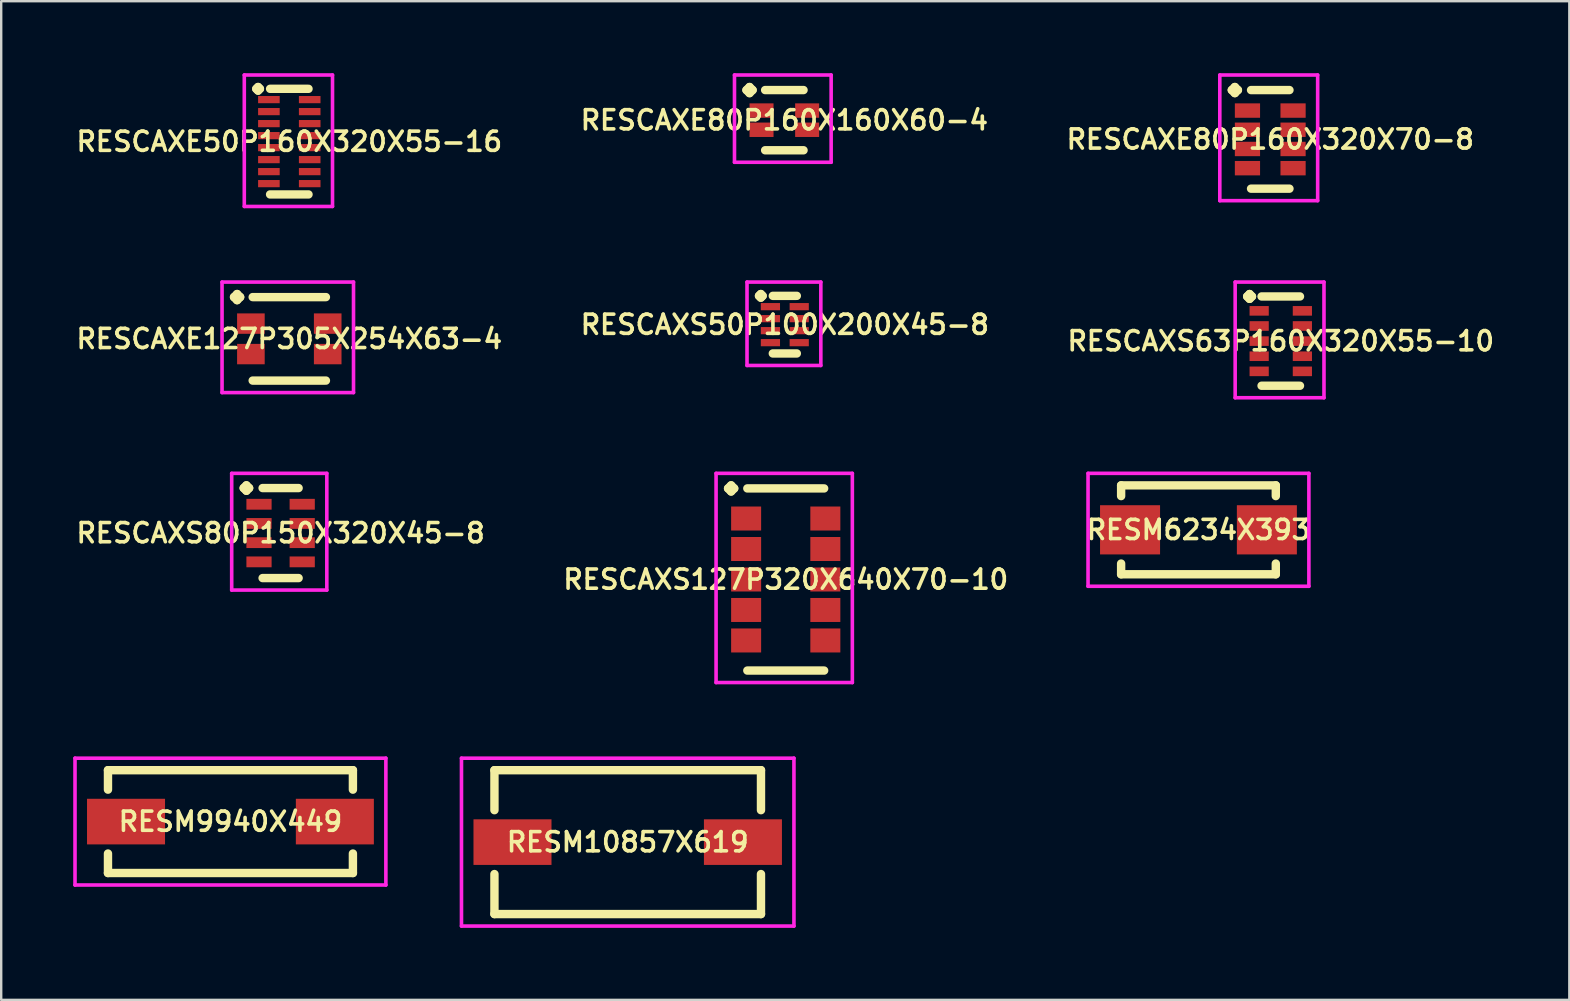
<source format=kicad_pcb>
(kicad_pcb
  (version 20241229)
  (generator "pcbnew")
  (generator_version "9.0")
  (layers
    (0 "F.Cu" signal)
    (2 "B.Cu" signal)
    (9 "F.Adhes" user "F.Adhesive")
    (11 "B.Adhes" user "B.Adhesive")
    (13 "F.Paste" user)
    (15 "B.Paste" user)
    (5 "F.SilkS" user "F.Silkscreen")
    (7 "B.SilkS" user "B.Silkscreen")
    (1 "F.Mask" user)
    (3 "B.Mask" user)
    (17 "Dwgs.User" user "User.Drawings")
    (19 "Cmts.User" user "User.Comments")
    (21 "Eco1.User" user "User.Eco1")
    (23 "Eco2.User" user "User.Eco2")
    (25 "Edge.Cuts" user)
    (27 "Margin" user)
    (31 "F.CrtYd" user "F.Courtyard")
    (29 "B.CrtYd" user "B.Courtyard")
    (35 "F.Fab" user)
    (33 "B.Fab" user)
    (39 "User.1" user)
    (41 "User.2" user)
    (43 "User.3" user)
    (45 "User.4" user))
  (footprint "RESCAXE50P160X320X55-16"
    (layer "F.Cu")
    (at 9.002 2.85)
    (property "Reference" "RESCAXE50P160X320X55-16" (at 0 0 0) (layer "F.SilkS") (effects (font (size 0.8 0.8) (thickness 0.15))))
    (attr smd)
    (fp_line (start -1.375 -2.2) (end -1.3 -2.275) (stroke (width 0.35) (type solid)) (layer "F.SilkS"))
    (fp_line (start -1.3 -2.275) (end -1.225 -2.2) (stroke (width 0.35) (type solid)) (layer "F.SilkS"))
    (fp_line (start -1.3 -2.125) (end -1.375 -2.2) (stroke (width 0.35) (type solid)) (layer "F.SilkS"))
    (fp_line (start -1.225 -2.2) (end -1.3 -2.125) (stroke (width 0.35) (type solid)) (layer "F.SilkS"))
    (fp_line (start -0.8 -2.2) (end 0.8 -2.2) (stroke (width 0.35) (type solid)) (layer "F.SilkS"))
    (fp_line (start -0.8 2.2) (end 0.8 2.2) (stroke (width 0.35) (type solid)) (layer "F.SilkS"))
    (fp_line (start -1.875 -2.775) (end 1.8 -2.775) (stroke (width 0.15) (type solid)) (layer "F.CrtYd"))
    (fp_line (start -1.875 2.7) (end -1.875 -2.775) (stroke (width 0.15) (type solid)) (layer "F.CrtYd"))
    (fp_line (start 1.8 -2.775) (end 1.8 2.7) (stroke (width 0.15) (type solid)) (layer "F.CrtYd"))
    (fp_line (start 1.8 2.7) (end -1.875 2.7) (stroke (width 0.15) (type solid)) (layer "F.CrtYd"))
    (pad "1" smd rect (at -0.85 -1.75) (size 0.9 0.3) (layers "F.Cu" "F.Mask" "F.Paste"))
    (pad "2" smd rect (at -0.85 -1.25) (size 0.9 0.3) (layers "F.Cu" "F.Mask" "F.Paste"))
    (pad "3" smd rect (at -0.85 -0.75) (size 0.9 0.3) (layers "F.Cu" "F.Mask" "F.Paste"))
    (pad "4" smd rect (at -0.85 -0.25) (size 0.9 0.3) (layers "F.Cu" "F.Mask" "F.Paste"))
    (pad "5" smd rect (at -0.85 0.25) (size 0.9 0.3) (layers "F.Cu" "F.Mask" "F.Paste"))
    (pad "6" smd rect (at -0.85 0.75) (size 0.9 0.3) (layers "F.Cu" "F.Mask" "F.Paste"))
    (pad "7" smd rect (at -0.85 1.25) (size 0.9 0.3) (layers "F.Cu" "F.Mask" "F.Paste"))
    (pad "8" smd rect (at -0.85 1.75) (size 0.9 0.3) (layers "F.Cu" "F.Mask" "F.Paste"))
    (pad "9" smd rect (at 0.85 1.75) (size 0.9 0.3) (layers "F.Cu" "F.Mask" "F.Paste"))
    (pad "10" smd rect (at 0.85 1.25) (size 0.9 0.3) (layers "F.Cu" "F.Mask" "F.Paste"))
    (pad "11" smd rect (at 0.85 0.75) (size 0.9 0.3) (layers "F.Cu" "F.Mask" "F.Paste"))
    (pad "12" smd rect (at 0.85 0.25) (size 0.9 0.3) (layers "F.Cu" "F.Mask" "F.Paste"))
    (pad "13" smd rect (at 0.85 -0.25) (size 0.9 0.3) (layers "F.Cu" "F.Mask" "F.Paste"))
    (pad "14" smd rect (at 0.85 -0.75) (size 0.9 0.3) (layers "F.Cu" "F.Mask" "F.Paste"))
    (pad "15" smd rect (at 0.85 -1.25) (size 0.9 0.3) (layers "F.Cu" "F.Mask" "F.Paste"))
    (pad "16" smd rect (at 0.85 -1.75) (size 0.9 0.3) (layers "F.Cu" "F.Mask" "F.Paste")))
  (footprint "RESCAXS80P150X320X45-8"
    (layer "F.Cu")
    (at 8.64 19.157)
    (property "Reference" "RESCAXS80P150X320X45-8" (at 0 0 0) (layer "F.SilkS") (effects (font (size 0.8 0.8) (thickness 0.15))))
    (attr through_hole)
    (fp_line (start -1.538 -1.875) (end -1.425 -1.988) (stroke (width 0.35) (type solid)) (layer "F.SilkS"))
    (fp_line (start -1.425 -1.988) (end -1.312 -1.875) (stroke (width 0.35) (type solid)) (layer "F.SilkS"))
    (fp_line (start -1.425 -1.762) (end -1.538 -1.875) (stroke (width 0.35) (type solid)) (layer "F.SilkS"))
    (fp_line (start -1.312 -1.875) (end -1.425 -1.762) (stroke (width 0.35) (type solid)) (layer "F.SilkS"))
    (fp_line (start -0.75 -1.875) (end 0.75 -1.875) (stroke (width 0.35) (type solid)) (layer "F.SilkS"))
    (fp_line (start -0.75 1.875) (end 0.75 1.875) (stroke (width 0.35) (type solid)) (layer "F.SilkS"))
    (fp_line (start -2.038 -2.487) (end 1.925 -2.487) (stroke (width 0.15) (type solid)) (layer "F.CrtYd"))
    (fp_line (start -2.038 2.375) (end -2.038 -2.487) (stroke (width 0.15) (type solid)) (layer "F.CrtYd"))
    (fp_line (start 1.925 -2.487) (end 1.925 2.375) (stroke (width 0.15) (type solid)) (layer "F.CrtYd"))
    (fp_line (start 1.925 2.375) (end -2.038 2.375) (stroke (width 0.15) (type solid)) (layer "F.CrtYd"))
    (pad "1" smd rect (at -0.9 -1.2) (size 1.05 0.45) (layers "F.Cu" "F.Mask" "F.Paste"))
    (pad "2" smd rect (at -0.9 -0.4) (size 1.05 0.45) (layers "F.Cu" "F.Mask" "F.Paste"))
    (pad "3" smd rect (at -0.9 0.4) (size 1.05 0.45) (layers "F.Cu" "F.Mask" "F.Paste"))
    (pad "4" smd rect (at -0.9 1.2) (size 1.05 0.45) (layers "F.Cu" "F.Mask" "F.Paste"))
    (pad "5" smd rect (at 0.9 1.2) (size 1.05 0.45) (layers "F.Cu" "F.Mask" "F.Paste"))
    (pad "6" smd rect (at 0.9 0.4) (size 1.05 0.45) (layers "F.Cu" "F.Mask" "F.Paste"))
    (pad "7" smd rect (at 0.9 -0.4) (size 1.05 0.45) (layers "F.Cu" "F.Mask" "F.Paste"))
    (pad "8" smd rect (at 0.9 -1.2) (size 1.05 0.45) (layers "F.Cu" "F.Mask" "F.Paste")))
  (footprint "RESM6234X393"
    (layer "F.Cu")
    (at 46.877 19.022)
    (property "Reference" "RESM6234X393" (at 0 0 0) (layer "F.SilkS") (effects (font (size 0.8 0.8) (thickness 0.15))))
    (attr smd)
    (fp_line (start -3.222 -1.852) (end 3.222 -1.852) (stroke (width 0.35) (type solid)) (layer "F.SilkS"))
    (fp_line (start -3.222 -1.406) (end -3.222 -1.852) (stroke (width 0.35) (type solid)) (layer "F.SilkS"))
    (fp_line (start -3.222 1.406) (end -3.222 1.852) (stroke (width 0.35) (type solid)) (layer "F.SilkS"))
    (fp_line (start -3.222 1.852) (end 3.222 1.852) (stroke (width 0.35) (type solid)) (layer "F.SilkS"))
    (fp_line (start 3.222 -1.852) (end 3.222 -1.406) (stroke (width 0.35) (type solid)) (layer "F.SilkS"))
    (fp_line (start 3.222 1.852) (end 3.222 1.406) (stroke (width 0.35) (type solid)) (layer "F.SilkS"))
    (fp_line (start -4.6 -2.352) (end 4.6 -2.352) (stroke (width 0.15) (type solid)) (layer "F.CrtYd"))
    (fp_line (start -4.6 2.352) (end -4.6 -2.352) (stroke (width 0.15) (type solid)) (layer "F.CrtYd"))
    (fp_line (start 4.6 -2.352) (end 4.6 2.352) (stroke (width 0.15) (type solid)) (layer "F.CrtYd"))
    (fp_line (start 4.6 2.352) (end -4.6 2.352) (stroke (width 0.15) (type solid)) (layer "F.CrtYd"))
    (pad "1" smd rect (at -2.85 0) (size 2.5 2.05) (layers "F.Cu" "F.Mask" "F.Paste"))
    (pad "2" smd rect (at 2.85 0) (size 2.5 2.05) (layers "F.Cu" "F.Mask" "F.Paste")))
  (footprint "RESCAXS50P100X200X45-8"
    (layer "F.Cu")
    (at 29.645 10.475)
    (property "Reference" "RESCAXS50P100X200X45-8" (at 0 0 0) (layer "F.SilkS") (effects (font (size 0.8 0.8) (thickness 0.15))))
    (attr smd)
    (fp_line (start -1.075 -1.2) (end -1 -1.275) (stroke (width 0.35) (type solid)) (layer "F.SilkS"))
    (fp_line (start -1 -1.275) (end -0.925 -1.2) (stroke (width 0.35) (type solid)) (layer "F.SilkS"))
    (fp_line (start -1 -1.125) (end -1.075 -1.2) (stroke (width 0.35) (type solid)) (layer "F.SilkS"))
    (fp_line (start -0.925 -1.2) (end -1 -1.125) (stroke (width 0.35) (type solid)) (layer "F.SilkS"))
    (fp_line (start -0.5 -1.2) (end 0.5 -1.2) (stroke (width 0.35) (type solid)) (layer "F.SilkS"))
    (fp_line (start -0.5 1.2) (end 0.5 1.2) (stroke (width 0.35) (type solid)) (layer "F.SilkS"))
    (fp_line (start -1.575 -1.775) (end 1.5 -1.775) (stroke (width 0.15) (type solid)) (layer "F.CrtYd"))
    (fp_line (start -1.575 1.7) (end -1.575 -1.775) (stroke (width 0.15) (type solid)) (layer "F.CrtYd"))
    (fp_line (start 1.5 -1.775) (end 1.5 1.7) (stroke (width 0.15) (type solid)) (layer "F.CrtYd"))
    (fp_line (start 1.5 1.7) (end -1.575 1.7) (stroke (width 0.15) (type solid)) (layer "F.CrtYd"))
    (pad "1" smd rect (at -0.6 -0.75) (size 0.8 0.3) (layers "F.Cu" "F.Mask" "F.Paste"))
    (pad "2" smd rect (at -0.6 -0.25) (size 0.8 0.3) (layers "F.Cu" "F.Mask" "F.Paste"))
    (pad "3" smd rect (at -0.6 0.25) (size 0.8 0.3) (layers "F.Cu" "F.Mask" "F.Paste"))
    (pad "4" smd rect (at -0.6 0.75) (size 0.8 0.3) (layers "F.Cu" "F.Mask" "F.Paste"))
    (pad "5" smd rect (at 0.6 0.75) (size 0.8 0.3) (layers "F.Cu" "F.Mask" "F.Paste"))
    (pad "6" smd rect (at 0.6 0.25) (size 0.8 0.3) (layers "F.Cu" "F.Mask" "F.Paste"))
    (pad "7" smd rect (at 0.6 -0.25) (size 0.8 0.3) (layers "F.Cu" "F.Mask" "F.Paste"))
    (pad "8" smd rect (at 0.6 -0.75) (size 0.8 0.3) (layers "F.Cu" "F.Mask" "F.Paste")))
  (footprint "RESCAXE80P160X320X70-8"
    (layer "F.Cu")
    (at 49.868 2.756)
    (property "Reference" "RESCAXE80P160X320X70-8" (at 0 0 0) (layer "F.SilkS") (effects (font (size 0.8 0.8) (thickness 0.15))))
    (attr through_hole)
    (fp_line (start -1.602 -2.054) (end -1.475 -2.181) (stroke (width 0.35) (type solid)) (layer "F.SilkS"))
    (fp_line (start -1.475 -2.181) (end -1.348 -2.054) (stroke (width 0.35) (type solid)) (layer "F.SilkS"))
    (fp_line (start -1.475 -1.927) (end -1.602 -2.054) (stroke (width 0.35) (type solid)) (layer "F.SilkS"))
    (fp_line (start -1.348 -2.054) (end -1.475 -1.927) (stroke (width 0.35) (type solid)) (layer "F.SilkS"))
    (fp_line (start -0.8 -2.054) (end 0.8 -2.054) (stroke (width 0.35) (type solid)) (layer "F.SilkS"))
    (fp_line (start -0.8 2.054) (end 0.8 2.054) (stroke (width 0.35) (type solid)) (layer "F.SilkS"))
    (fp_line (start -2.102 -2.681) (end 1.975 -2.681) (stroke (width 0.15) (type solid)) (layer "F.CrtYd"))
    (fp_line (start -2.102 2.554) (end -2.102 -2.681) (stroke (width 0.15) (type solid)) (layer "F.CrtYd"))
    (fp_line (start 1.975 -2.681) (end 1.975 2.554) (stroke (width 0.15) (type solid)) (layer "F.CrtYd"))
    (fp_line (start 1.975 2.554) (end -2.102 2.554) (stroke (width 0.15) (type solid)) (layer "F.CrtYd"))
    (pad "1" smd rect (at -0.95 -1.2) (size 1.05 0.6) (layers "F.Cu" "F.Mask" "F.Paste"))
    (pad "2" smd rect (at -0.95 -0.4) (size 1.05 0.6) (layers "F.Cu" "F.Mask" "F.Paste"))
    (pad "3" smd rect (at -0.95 0.4) (size 1.05 0.6) (layers "F.Cu" "F.Mask" "F.Paste"))
    (pad "4" smd rect (at -0.95 1.2) (size 1.05 0.6) (layers "F.Cu" "F.Mask" "F.Paste"))
    (pad "5" smd rect (at 0.95 1.2) (size 1.05 0.6) (layers "F.Cu" "F.Mask" "F.Paste"))
    (pad "6" smd rect (at 0.95 0.4) (size 1.05 0.6) (layers "F.Cu" "F.Mask" "F.Paste"))
    (pad "7" smd rect (at 0.95 -0.4) (size 1.05 0.6) (layers "F.Cu" "F.Mask" "F.Paste"))
    (pad "8" smd rect (at 0.95 -1.2) (size 1.05 0.6) (layers "F.Cu" "F.Mask" "F.Paste")))
  (footprint "RESCAXE80P160X160X60-4"
    (layer "F.Cu")
    (at 29.625 1.956)
    (property "Reference" "RESCAXE80P160X160X60-4" (at 0 0 0) (layer "F.SilkS") (effects (font (size 0.8 0.8) (thickness 0.15))))
    (attr smd)
    (fp_line (start -1.577 -1.254) (end -1.45 -1.381) (stroke (width 0.35) (type solid)) (layer "F.SilkS"))
    (fp_line (start -1.45 -1.381) (end -1.323 -1.254) (stroke (width 0.35) (type solid)) (layer "F.SilkS"))
    (fp_line (start -1.45 -1.127) (end -1.577 -1.254) (stroke (width 0.35) (type solid)) (layer "F.SilkS"))
    (fp_line (start -1.323 -1.254) (end -1.45 -1.127) (stroke (width 0.35) (type solid)) (layer "F.SilkS"))
    (fp_line (start -0.8 -1.254) (end 0.8 -1.254) (stroke (width 0.35) (type solid)) (layer "F.SilkS"))
    (fp_line (start -0.8 1.254) (end 0.8 1.254) (stroke (width 0.35) (type solid)) (layer "F.SilkS"))
    (fp_line (start -2.077 -1.881) (end 1.95 -1.881) (stroke (width 0.15) (type solid)) (layer "F.CrtYd"))
    (fp_line (start -2.077 1.754) (end -2.077 -1.881) (stroke (width 0.15) (type solid)) (layer "F.CrtYd"))
    (fp_line (start 1.95 -1.881) (end 1.95 1.754) (stroke (width 0.15) (type solid)) (layer "F.CrtYd"))
    (fp_line (start 1.95 1.754) (end -2.077 1.754) (stroke (width 0.15) (type solid)) (layer "F.CrtYd"))
    (pad "1" smd rect (at -0.95 -0.4) (size 1 0.6) (layers "F.Cu" "F.Mask" "F.Paste"))
    (pad "2" smd rect (at -0.95 0.4) (size 1 0.6) (layers "F.Cu" "F.Mask" "F.Paste"))
    (pad "3" smd rect (at 0.95 0.4) (size 1 0.6) (layers "F.Cu" "F.Mask" "F.Paste"))
    (pad "4" smd rect (at 0.95 -0.4) (size 1 0.6) (layers "F.Cu" "F.Mask" "F.Paste")))
  (footprint "RESM10857X619"
    (layer "F.Cu")
    (at 23.1 32.032)
    (property "Reference" "RESM10857X619" (at 0 0 0) (layer "F.SilkS") (effects (font (size 0.8 0.8) (thickness 0.15))))
    (attr smd)
    (fp_line (start -5.552 -2.997) (end 5.552 -2.997) (stroke (width 0.35) (type solid)) (layer "F.SilkS"))
    (fp_line (start -5.552 -1.331) (end -5.552 -2.997) (stroke (width 0.35) (type solid)) (layer "F.SilkS"))
    (fp_line (start -5.552 1.331) (end -5.552 2.997) (stroke (width 0.35) (type solid)) (layer "F.SilkS"))
    (fp_line (start -5.552 2.997) (end 5.552 2.997) (stroke (width 0.35) (type solid)) (layer "F.SilkS"))
    (fp_line (start 5.552 -2.997) (end 5.552 -1.331) (stroke (width 0.35) (type solid)) (layer "F.SilkS"))
    (fp_line (start 5.552 2.997) (end 5.552 1.331) (stroke (width 0.35) (type solid)) (layer "F.SilkS"))
    (fp_line (start -6.925 -3.497) (end 6.925 -3.497) (stroke (width 0.15) (type solid)) (layer "F.CrtYd"))
    (fp_line (start -6.925 3.497) (end -6.925 -3.497) (stroke (width 0.15) (type solid)) (layer "F.CrtYd"))
    (fp_line (start 6.925 -3.497) (end 6.925 3.497) (stroke (width 0.15) (type solid)) (layer "F.CrtYd"))
    (fp_line (start 6.925 3.497) (end -6.925 3.497) (stroke (width 0.15) (type solid)) (layer "F.CrtYd"))
    (pad "1" smd rect (at -4.8 0) (size 3.25 1.9) (layers "F.Cu" "F.Mask" "F.Paste"))
    (pad "2" smd rect (at 4.8 0) (size 3.25 1.9) (layers "F.Cu" "F.Mask" "F.Paste")))
  (footprint "RESCAXS63P160X320X55-10"
    (layer "F.Cu")
    (at 50.306 11.16)
    (property "Reference" "RESCAXS63P160X320X55-10" (at 0 0 0) (layer "F.SilkS") (effects (font (size 0.8 0.8) (thickness 0.15))))
    (attr through_hole)
    (fp_line (start -1.4 -1.86) (end -1.3 -1.96) (stroke (width 0.35) (type solid)) (layer "F.SilkS"))
    (fp_line (start -1.3 -1.96) (end -1.2 -1.86) (stroke (width 0.35) (type solid)) (layer "F.SilkS"))
    (fp_line (start -1.3 -1.76) (end -1.4 -1.86) (stroke (width 0.35) (type solid)) (layer "F.SilkS"))
    (fp_line (start -1.2 -1.86) (end -1.3 -1.76) (stroke (width 0.35) (type solid)) (layer "F.SilkS"))
    (fp_line (start -0.8 -1.86) (end 0.8 -1.86) (stroke (width 0.35) (type solid)) (layer "F.SilkS"))
    (fp_line (start -0.8 1.86) (end 0.8 1.86) (stroke (width 0.35) (type solid)) (layer "F.SilkS"))
    (fp_line (start -1.9 -2.46) (end 1.8 -2.46) (stroke (width 0.15) (type solid)) (layer "F.CrtYd"))
    (fp_line (start -1.9 2.36) (end -1.9 -2.46) (stroke (width 0.15) (type solid)) (layer "F.CrtYd"))
    (fp_line (start 1.8 -2.46) (end 1.8 2.36) (stroke (width 0.15) (type solid)) (layer "F.CrtYd"))
    (fp_line (start 1.8 2.36) (end -1.9 2.36) (stroke (width 0.15) (type solid)) (layer "F.CrtYd"))
    (pad "1" smd rect (at -0.9 -1.26) (size 0.8 0.4) (layers "F.Cu" "F.Mask" "F.Paste"))
    (pad "2" smd rect (at -0.9 -0.63) (size 0.8 0.4) (layers "F.Cu" "F.Mask" "F.Paste"))
    (pad "3" smd rect (at -0.9 0) (size 0.8 0.4) (layers "F.Cu" "F.Mask" "F.Paste"))
    (pad "4" smd rect (at -0.9 0.63) (size 0.8 0.4) (layers "F.Cu" "F.Mask" "F.Paste"))
    (pad "5" smd rect (at -0.9 1.26) (size 0.8 0.4) (layers "F.Cu" "F.Mask" "F.Paste"))
    (pad "6" smd rect (at 0.9 1.26) (size 0.8 0.4) (layers "F.Cu" "F.Mask" "F.Paste"))
    (pad "7" smd rect (at 0.9 0.63) (size 0.8 0.4) (layers "F.Cu" "F.Mask" "F.Paste"))
    (pad "8" smd rect (at 0.9 0) (size 0.8 0.4) (layers "F.Cu" "F.Mask" "F.Paste"))
    (pad "9" smd rect (at 0.9 -0.63) (size 0.8 0.4) (layers "F.Cu" "F.Mask" "F.Paste"))
    (pad "10" smd rect (at 0.9 -1.26) (size 0.8 0.4) (layers "F.Cu" "F.Mask" "F.Paste")))
  (footprint "RESCAXE127P305X254X63-4"
    (layer "F.Cu")
    (at 9.002 11.066)
    (property "Reference" "RESCAXE127P305X254X63-4" (at 0 0 0) (layer "F.SilkS") (effects (font (size 0.8 0.8) (thickness 0.15))))
    (attr smd)
    (fp_line (start -2.302 -1.739) (end -2.175 -1.866) (stroke (width 0.35) (type solid)) (layer "F.SilkS"))
    (fp_line (start -2.175 -1.866) (end -2.048 -1.739) (stroke (width 0.35) (type solid)) (layer "F.SilkS"))
    (fp_line (start -2.175 -1.612) (end -2.302 -1.739) (stroke (width 0.35) (type solid)) (layer "F.SilkS"))
    (fp_line (start -2.048 -1.739) (end -2.175 -1.612) (stroke (width 0.35) (type solid)) (layer "F.SilkS"))
    (fp_line (start -1.525 -1.739) (end 1.525 -1.739) (stroke (width 0.35) (type solid)) (layer "F.SilkS"))
    (fp_line (start -1.525 1.739) (end 1.525 1.739) (stroke (width 0.35) (type solid)) (layer "F.SilkS"))
    (fp_line (start -2.802 -2.366) (end 2.675 -2.366) (stroke (width 0.15) (type solid)) (layer "F.CrtYd"))
    (fp_line (start -2.802 2.239) (end -2.802 -2.366) (stroke (width 0.15) (type solid)) (layer "F.CrtYd"))
    (fp_line (start 2.675 -2.366) (end 2.675 2.239) (stroke (width 0.15) (type solid)) (layer "F.CrtYd"))
    (fp_line (start 2.675 2.239) (end -2.802 2.239) (stroke (width 0.15) (type solid)) (layer "F.CrtYd"))
    (pad "1" smd rect (at -1.6 -0.635) (size 1.15 0.85) (layers "F.Cu" "F.Mask" "F.Paste"))
    (pad "2" smd rect (at -1.6 0.635) (size 1.15 0.85) (layers "F.Cu" "F.Mask" "F.Paste"))
    (pad "3" smd rect (at 1.6 0.635) (size 1.15 0.85) (layers "F.Cu" "F.Mask" "F.Paste"))
    (pad "4" smd rect (at 1.6 -0.635) (size 1.15 0.85) (layers "F.Cu" "F.Mask" "F.Paste")))
  (footprint "RESCAXS127P320X640X70-10"
    (layer "F.Cu")
    (at 29.683 21.091)
    (property "Reference" "RESCAXS127P320X640X70-10" (at 0 0 0) (layer "F.SilkS") (effects (font (size 0.8 0.8) (thickness 0.15))))
    (attr smd)
    (fp_line (start -2.402 -3.794) (end -2.275 -3.921) (stroke (width 0.35) (type solid)) (layer "F.SilkS"))
    (fp_line (start -2.275 -3.921) (end -2.148 -3.794) (stroke (width 0.35) (type solid)) (layer "F.SilkS"))
    (fp_line (start -2.275 -3.667) (end -2.402 -3.794) (stroke (width 0.35) (type solid)) (layer "F.SilkS"))
    (fp_line (start -2.148 -3.794) (end -2.275 -3.667) (stroke (width 0.35) (type solid)) (layer "F.SilkS"))
    (fp_line (start -1.6 -3.794) (end 1.6 -3.794) (stroke (width 0.35) (type solid)) (layer "F.SilkS"))
    (fp_line (start -1.6 3.794) (end 1.6 3.794) (stroke (width 0.35) (type solid)) (layer "F.SilkS"))
    (fp_line (start -2.902 -4.421) (end 2.775 -4.421) (stroke (width 0.15) (type solid)) (layer "F.CrtYd"))
    (fp_line (start -2.902 4.294) (end -2.902 -4.421) (stroke (width 0.15) (type solid)) (layer "F.CrtYd"))
    (fp_line (start 2.775 -4.421) (end 2.775 4.294) (stroke (width 0.15) (type solid)) (layer "F.CrtYd"))
    (fp_line (start 2.775 4.294) (end -2.902 4.294) (stroke (width 0.15) (type solid)) (layer "F.CrtYd"))
    (pad "1" smd rect (at -1.65 -2.54) (size 1.25 1) (layers "F.Cu" "F.Mask" "F.Paste"))
    (pad "2" smd rect (at -1.65 -1.27) (size 1.25 1) (layers "F.Cu" "F.Mask" "F.Paste"))
    (pad "3" smd rect (at -1.65 0) (size 1.25 1) (layers "F.Cu" "F.Mask" "F.Paste"))
    (pad "4" smd rect (at -1.65 1.27) (size 1.25 1) (layers "F.Cu" "F.Mask" "F.Paste"))
    (pad "5" smd rect (at -1.65 2.54) (size 1.25 1) (layers "F.Cu" "F.Mask" "F.Paste"))
    (pad "6" smd rect (at 1.65 2.54) (size 1.25 1) (layers "F.Cu" "F.Mask" "F.Paste"))
    (pad "7" smd rect (at 1.65 1.27) (size 1.25 1) (layers "F.Cu" "F.Mask" "F.Paste"))
    (pad "8" smd rect (at 1.65 0) (size 1.25 1) (layers "F.Cu" "F.Mask" "F.Paste"))
    (pad "9" smd rect (at 1.65 -1.27) (size 1.25 1) (layers "F.Cu" "F.Mask" "F.Paste"))
    (pad "10" smd rect (at 1.65 -2.54) (size 1.25 1) (layers "F.Cu" "F.Mask" "F.Paste")))
  (footprint "RESM9940X449"
    (layer "F.Cu")
    (at 6.55 31.177)
    (property "Reference" "RESM9940X449" (at 0 0 0) (layer "F.SilkS") (effects (font (size 0.8 0.8) (thickness 0.15))))
    (attr smd)
    (fp_line (start -5.102 -2.142) (end 5.102 -2.142) (stroke (width 0.35) (type solid)) (layer "F.SilkS"))
    (fp_line (start -5.102 -1.331) (end -5.102 -2.142) (stroke (width 0.35) (type solid)) (layer "F.SilkS"))
    (fp_line (start -5.102 1.331) (end -5.102 2.142) (stroke (width 0.35) (type solid)) (layer "F.SilkS"))
    (fp_line (start -5.102 2.142) (end 5.102 2.142) (stroke (width 0.35) (type solid)) (layer "F.SilkS"))
    (fp_line (start 5.102 -2.142) (end 5.102 -1.331) (stroke (width 0.35) (type solid)) (layer "F.SilkS"))
    (fp_line (start 5.102 2.142) (end 5.102 1.331) (stroke (width 0.35) (type solid)) (layer "F.SilkS"))
    (fp_line (start -6.475 -2.642) (end 6.475 -2.642) (stroke (width 0.15) (type solid)) (layer "F.CrtYd"))
    (fp_line (start -6.475 2.642) (end -6.475 -2.642) (stroke (width 0.15) (type solid)) (layer "F.CrtYd"))
    (fp_line (start 6.475 -2.642) (end 6.475 2.642) (stroke (width 0.15) (type solid)) (layer "F.CrtYd"))
    (fp_line (start 6.475 2.642) (end -6.475 2.642) (stroke (width 0.15) (type solid)) (layer "F.CrtYd"))
    (pad "1" smd rect (at -4.35 0) (size 3.25 1.9) (layers "F.Cu" "F.Mask" "F.Paste"))
    (pad "2" smd rect (at 4.35 0) (size 3.25 1.9) (layers "F.Cu" "F.Mask" "F.Paste")))
  (gr_rect
    (start -3 -3)
    (end 62.327 38.604)
    (stroke (width 0.1) (type default))
    (fill no)
    (layer "Edge.Cuts")))
</source>
